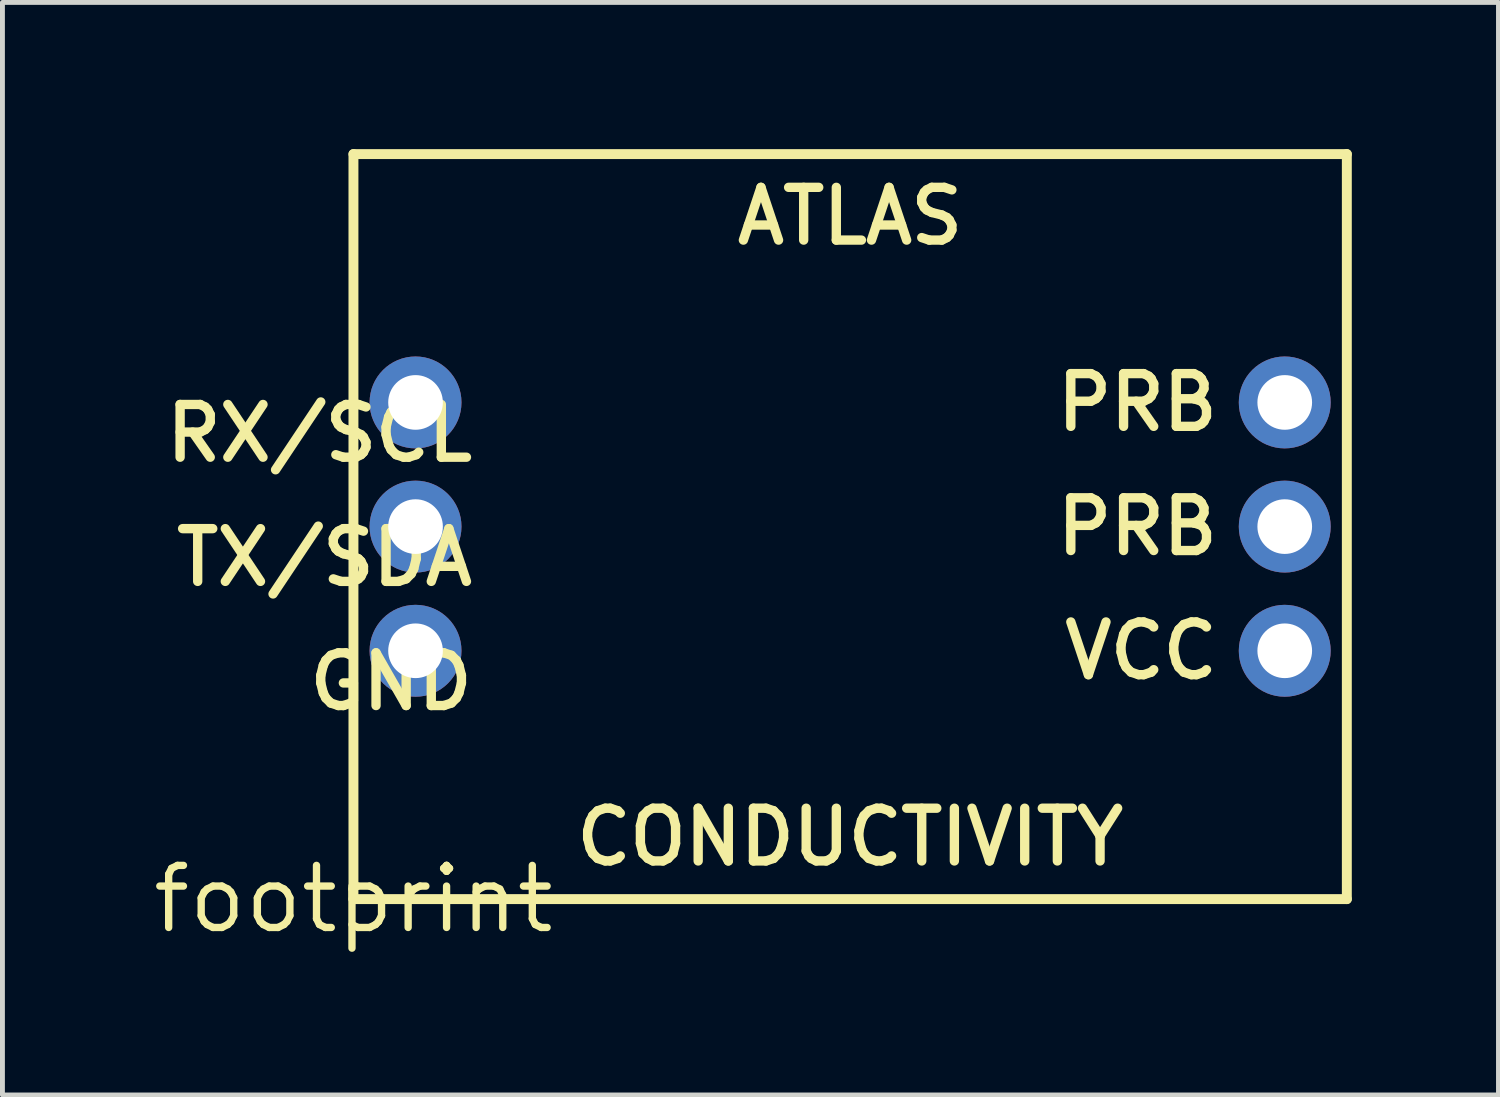
<source format=kicad_pcb>
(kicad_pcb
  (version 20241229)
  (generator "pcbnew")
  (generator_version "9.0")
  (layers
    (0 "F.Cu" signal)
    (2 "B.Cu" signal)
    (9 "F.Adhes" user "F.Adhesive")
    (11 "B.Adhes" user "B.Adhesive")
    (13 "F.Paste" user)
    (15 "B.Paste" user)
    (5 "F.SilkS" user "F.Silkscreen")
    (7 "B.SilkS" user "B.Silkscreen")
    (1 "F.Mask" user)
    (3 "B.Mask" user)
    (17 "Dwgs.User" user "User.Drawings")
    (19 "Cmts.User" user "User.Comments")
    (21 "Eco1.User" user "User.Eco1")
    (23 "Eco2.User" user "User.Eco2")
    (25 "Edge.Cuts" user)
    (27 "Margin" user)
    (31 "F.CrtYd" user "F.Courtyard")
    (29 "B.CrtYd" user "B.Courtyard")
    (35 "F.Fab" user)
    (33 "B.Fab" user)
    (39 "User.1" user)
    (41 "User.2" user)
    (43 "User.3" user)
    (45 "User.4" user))
  (footprint "footprint"
    (layer "F.Cu")
    (at 4.18 15.342)
    (property "Reference" "footprint" (at 0 0 0) (layer "F.SilkS") (effects (font (size 1.27 1.27) (thickness 0.15))))
    (fp_line (start 0 -15.24) (end 0 0) (stroke (width 0.203) (type solid)) (layer "F.SilkS"))
    (fp_line (start 0 0) (end 20.32 0) (stroke (width 0.203) (type solid)) (layer "F.SilkS"))
    (fp_line (start 20.32 -15.24) (end 0 -15.24) (stroke (width 0.203) (type solid)) (layer "F.SilkS"))
    (fp_line (start 20.32 0) (end 20.32 -15.24) (stroke (width 0.203) (type solid)) (layer "F.SilkS"))
    (fp_text user "VCC" (at 17.78 -5.08 0) (layer "F.SilkS") (effects (font (size 1.079 1.079) (thickness 0.191)) (justify right)))
    (fp_text user "CONDUCTIVITY" (at 10.16 -1.27 0) (layer "F.SilkS") (effects (font (size 1.079 1.079) (thickness 0.191))))
    (fp_text user "TX/SDA" (at 2.54 -7.62 0) (layer "F.SilkS") (effects (font (size 1.079 1.079) (thickness 0.191)) (justify right top)))
    (fp_text user "ATLAS" (at 10.16 -13.97 0) (layer "F.SilkS") (effects (font (size 1.079 1.079) (thickness 0.191))))
    (fp_text user "PRB" (at 17.78 -7.62 0) (layer "F.SilkS") (effects (font (size 1.079 1.079) (thickness 0.191)) (justify right)))
    (fp_text user "RX/SCL" (at 2.54 -10.16 0) (layer "F.SilkS") (effects (font (size 1.079 1.079) (thickness 0.191)) (justify right top)))
    (fp_text user "GND" (at 2.54 -5.08 0) (layer "F.SilkS") (effects (font (size 1.079 1.079) (thickness 0.191)) (justify right top)))
    (fp_text user "PRB" (at 17.78 -10.16 0) (layer "F.SilkS") (effects (font (size 1.079 1.079) (thickness 0.191)) (justify right)))
    (pad "GND" thru_hole circle (at 1.27 -5.08) (size 1.88 1.88) (drill 1.118) (layers "*.Cu" "*.Mask"))
    (pad "PRB@1" thru_hole circle (at 19.05 -10.16) (size 1.88 1.88) (drill 1.118) (layers "*.Cu" "*.Mask"))
    (pad "PRB@2" thru_hole circle (at 19.05 -7.62) (size 1.88 1.88) (drill 1.118) (layers "*.Cu" "*.Mask"))
    (pad "RX/SCL" thru_hole circle (at 1.27 -10.16) (size 1.88 1.88) (drill 1.118) (layers "*.Cu" "*.Mask"))
    (pad "TX/SDA" thru_hole circle (at 1.27 -7.62) (size 1.88 1.88) (drill 1.118) (layers "*.Cu" "*.Mask"))
    (pad "VCC" thru_hole circle (at 19.05 -5.08) (size 1.88 1.88) (drill 1.118) (layers "*.Cu" "*.Mask")))
  (gr_rect
    (start -3 -3)
    (end 27.602 19.348)
    (stroke (width 0.1) (type default))
    (fill no)
    (layer "Edge.Cuts")))
</source>
